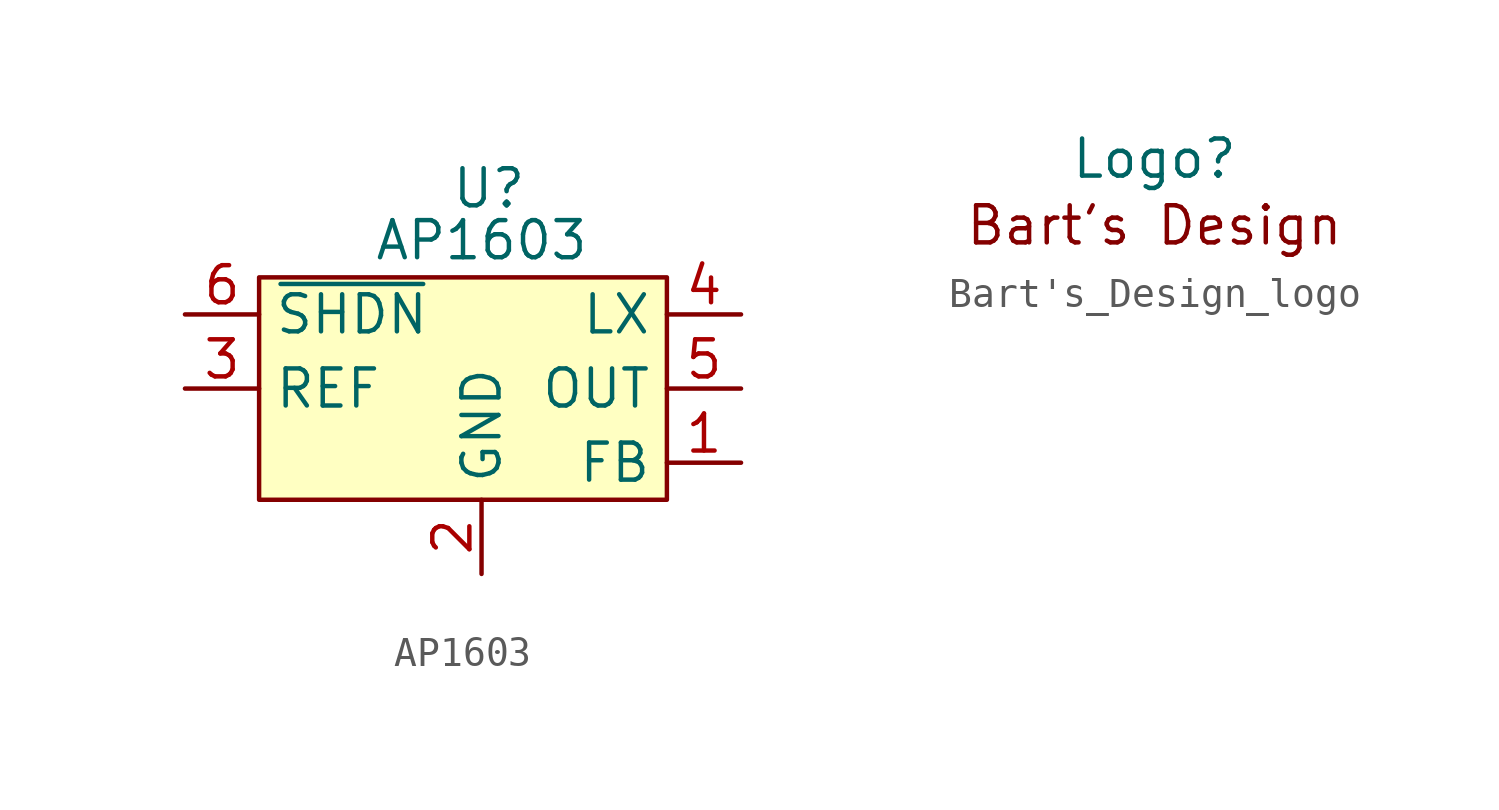
<source format=kicad_sym>
(kicad_symbol_lib
  (version 20241209)
  (generator "kicad_symbol_editor")
  (generator_version "9.0")
  (symbol "AP1603"
    (property "Reference" "U"
      (at 1.524 6.858 0)
      (effects (font (size 1.27 1.27))))
    (property "Value" "AP1603"
      (at 1.27 5.08 0)
      (effects (font (size 1.27 1.27))))
    (symbol "AP1603_1_1"
      (rectangle (start -6.35 3.81) (end 7.62 -3.81) (stroke (width 0) (type default)) (fill (type background)))
      (pin input line (at -8.89 2.54 0) (length 2.54) (name "~{SHDN}" (effects (font (size 1.27 1.27)))) (number "6" (effects (font (size 1.27 1.27)))))
      (pin passive line (at -8.89 0 0) (length 2.54) (name "REF" (effects (font (size 1.27 1.27)))) (number "3" (effects (font (size 1.27 1.27)))))
      (pin power_in line (at 1.27 -6.35 90) (length 2.54) (name "GND" (effects (font (size 1.27 1.27)))) (number "2" (effects (font (size 1.27 1.27)))))
      (pin passive line (at 10.16 2.54 180) (length 2.54) (name "LX" (effects (font (size 1.27 1.27)))) (number "4" (effects (font (size 1.27 1.27)))))
      (pin power_out line (at 10.16 0 180) (length 2.54) (name "OUT" (effects (font (size 1.27 1.27)))) (number "5" (effects (font (size 1.27 1.27)))))
      (pin input line (at 10.16 -2.54 180) (length 2.54) (name "FB" (effects (font (size 1.27 1.27)))) (number "1" (effects (font (size 1.27 1.27)))))))
  (symbol "Bart's_Design_logo"
    (property "Reference" "Logo"
      (at 0 1.524 0)
      (effects (font (size 1.27 1.27))))
    (property "Value" ""
      (at 0 0 0)
      (effects (font (size 1.27 1.27))))
    (symbol "Bart's_Design_logo_1_1"
      (text "Bart's Design" (at 0 -0.762 0) (effects (font (size 1.27 1.27)))))))
</source>
